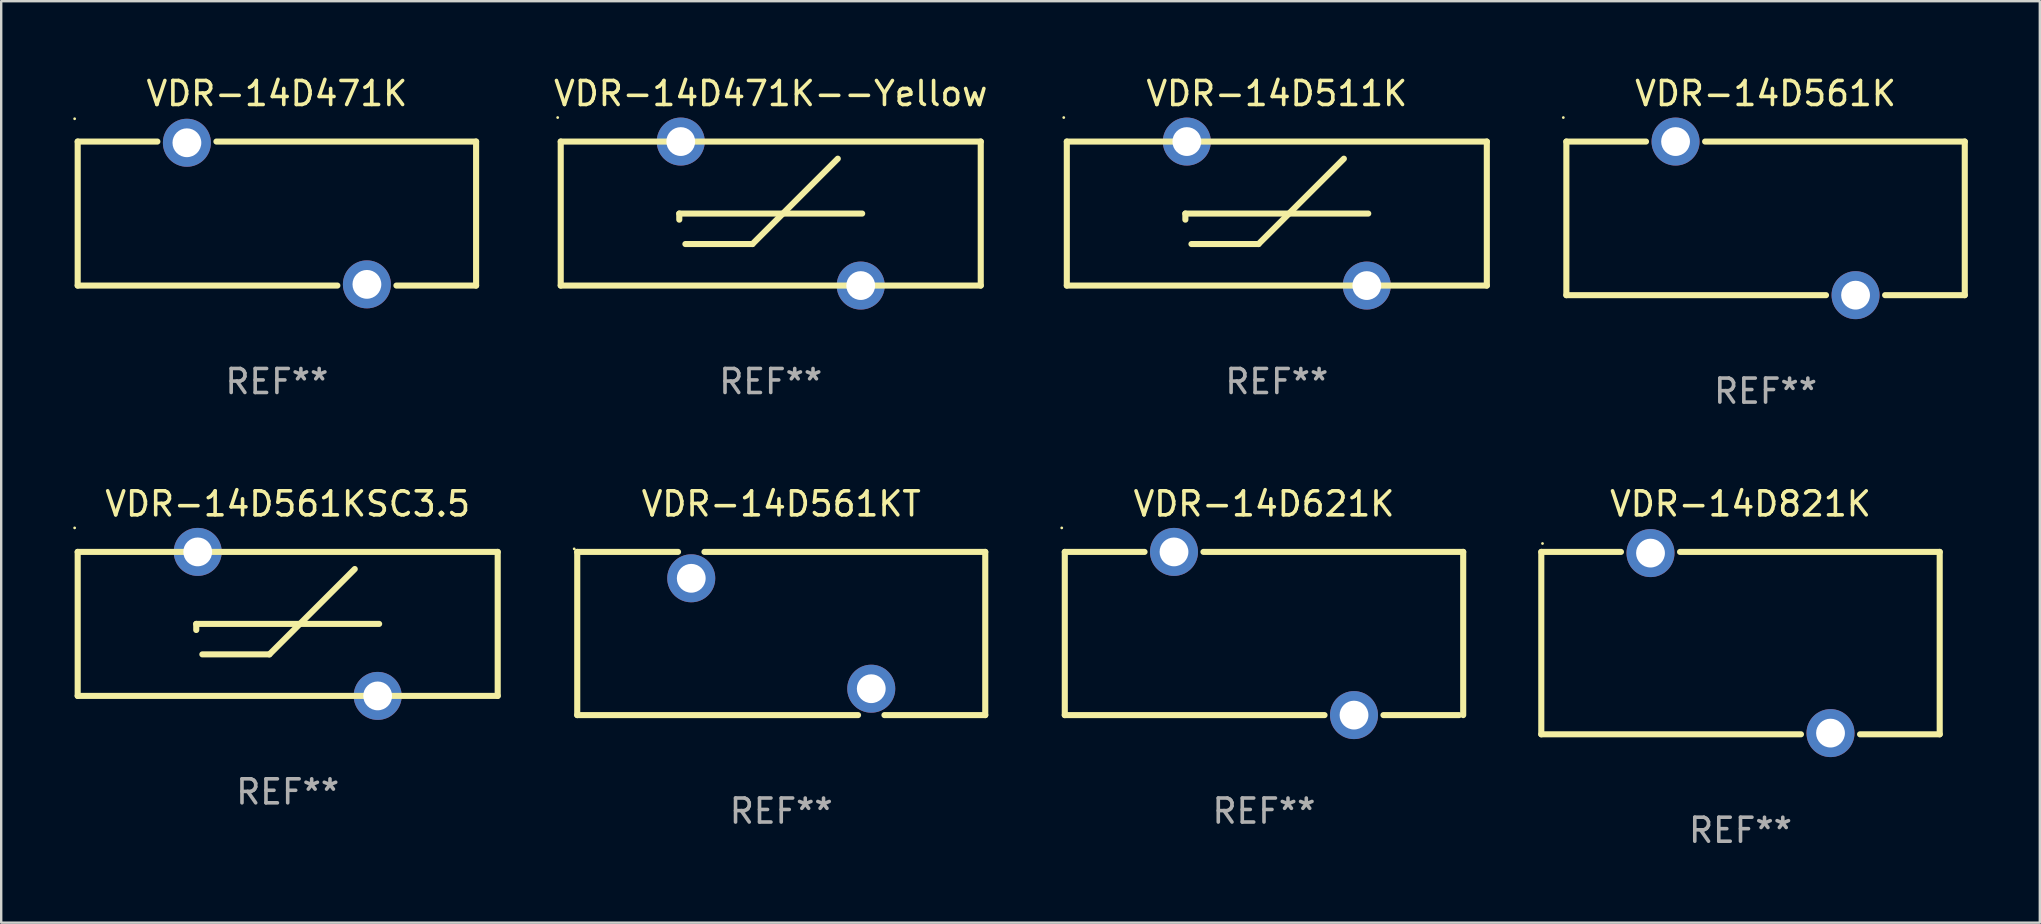
<source format=kicad_pcb>
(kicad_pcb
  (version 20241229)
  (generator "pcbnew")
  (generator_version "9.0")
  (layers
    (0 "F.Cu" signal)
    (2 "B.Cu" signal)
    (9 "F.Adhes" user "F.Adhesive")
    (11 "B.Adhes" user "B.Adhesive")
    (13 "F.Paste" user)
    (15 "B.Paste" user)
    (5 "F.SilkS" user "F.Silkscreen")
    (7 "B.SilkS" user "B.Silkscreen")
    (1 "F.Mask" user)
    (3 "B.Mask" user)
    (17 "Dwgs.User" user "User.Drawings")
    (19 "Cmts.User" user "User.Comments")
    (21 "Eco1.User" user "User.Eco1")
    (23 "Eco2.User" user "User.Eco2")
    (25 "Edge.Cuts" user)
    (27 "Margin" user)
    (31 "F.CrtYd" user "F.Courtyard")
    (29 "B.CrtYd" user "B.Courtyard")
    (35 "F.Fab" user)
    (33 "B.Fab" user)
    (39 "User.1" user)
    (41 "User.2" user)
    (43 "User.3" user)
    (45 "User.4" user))
  (footprint "VDR-14D821K"
    (layer "F.Cu")
    (at 69.469 23.745)
    (property "Reference" "VDR-14D821K" (at 0 -5.8 0) (layer "F.SilkS") (effects (font (size 1 1) (thickness 0.15))))
    (attr through_hole)
    (fp_line (start -8.3 -3.8) (end -8.3 3.8) (stroke (width 0.254) (type solid)) (layer "F.SilkS"))
    (fp_line (start -8.3 -3.8) (end -4.981 -3.8) (stroke (width 0.254) (type solid)) (layer "F.SilkS"))
    (fp_line (start -8.3 3.8) (end 2.519 3.8) (stroke (width 0.254) (type solid)) (layer "F.SilkS"))
    (fp_line (start -2.519 -3.8) (end 8.3 -3.8) (stroke (width 0.254) (type solid)) (layer "F.SilkS"))
    (fp_line (start 4.981 3.8) (end 8.3 3.8) (stroke (width 0.254) (type solid)) (layer "F.SilkS"))
    (fp_line (start 8.3 -3.8) (end 8.3 3.8) (stroke (width 0.254) (type solid)) (layer "F.SilkS"))
    (fp_circle (center -8.25 -4.15) (end -8.22 -4.15) (stroke (width 0.06) (type solid)) (fill no) (layer "F.SilkS"))
    (fp_text user "REF**" (at 0 7.8 0) (layer "F.Fab") (effects (font (size 1 1) (thickness 0.15))))
    (pad "1" thru_hole circle (at -3.75 -3.75) (size 2 2) (drill 1.2) (layers "*.Cu" "*.Mask"))
    (pad "2" thru_hole circle (at 3.75 3.75) (size 2 2) (drill 1.2) (layers "*.Cu" "*.Mask")))
  (footprint "VDR-14D561K"
    (layer "F.Cu")
    (at 70.513 6.048)
    (property "Reference" "VDR-14D561K" (at 0 -5.2 0) (layer "F.SilkS") (effects (font (size 1 1) (thickness 0.15))))
    (attr through_hole)
    (fp_line (start -8.3 -3.2) (end -8.3 3.2) (stroke (width 0.254) (type solid)) (layer "F.SilkS"))
    (fp_line (start -8.3 -3.2) (end -4.981 -3.2) (stroke (width 0.254) (type solid)) (layer "F.SilkS"))
    (fp_line (start -8.3 3.2) (end 2.519 3.2) (stroke (width 0.254) (type solid)) (layer "F.SilkS"))
    (fp_line (start -2.519 -3.2) (end 8.3 -3.2) (stroke (width 0.254) (type solid)) (layer "F.SilkS"))
    (fp_line (start 4.981 3.2) (end 8.3 3.2) (stroke (width 0.254) (type solid)) (layer "F.SilkS"))
    (fp_line (start 8.3 -3.2) (end 8.3 3.2) (stroke (width 0.254) (type solid)) (layer "F.SilkS"))
    (fp_circle (center -8.427 -4.2) (end -8.397 -4.2) (stroke (width 0.06) (type solid)) (fill no) (layer "F.SilkS"))
    (fp_text user "REF**" (at 0 7.2 0) (layer "F.Fab") (effects (font (size 1 1) (thickness 0.15))))
    (pad "1" thru_hole circle (at -3.75 -3.2) (size 2 2) (drill 1.2) (layers "*.Cu" "*.Mask"))
    (pad "2" thru_hole circle (at 3.75 3.2) (size 2 2) (drill 1.2) (layers "*.Cu" "*.Mask")))
  (footprint "VDR-14D561KT"
    (layer "F.Cu")
    (at 29.501 23.345)
    (property "Reference" "VDR-14D561KT" (at 0 -5.4 0) (layer "F.SilkS") (effects (font (size 1 1) (thickness 0.15))))
    (attr through_hole)
    (fp_line (start -8.5 -3.4) (end -8.5 3.4) (stroke (width 0.254) (type solid)) (layer "F.SilkS"))
    (fp_line (start -8.5 -3.4) (end -4.3 -3.4) (stroke (width 0.254) (type solid)) (layer "F.SilkS"))
    (fp_line (start -8.5 3.4) (end 3.2 3.4) (stroke (width 0.254) (type solid)) (layer "F.SilkS"))
    (fp_line (start -3.2 -3.4) (end 8.5 -3.4) (stroke (width 0.254) (type solid)) (layer "F.SilkS"))
    (fp_line (start 4.3 3.4) (end 8.5 3.4) (stroke (width 0.254) (type solid)) (layer "F.SilkS"))
    (fp_line (start 8.5 -3.4) (end 8.5 3.4) (stroke (width 0.254) (type solid)) (layer "F.SilkS"))
    (fp_circle (center -8.627 -3.527) (end -8.597 -3.527) (stroke (width 0.06) (type solid)) (fill no) (layer "F.SilkS"))
    (fp_text user "REF**" (at 0 7.4 0) (layer "F.Fab") (effects (font (size 1 1) (thickness 0.15))))
    (pad "1" thru_hole circle (at -3.75 -2.3) (size 2 2) (drill 1.2) (layers "*.Cu" "*.Mask"))
    (pad "2" thru_hole circle (at 3.75 2.3) (size 2 2) (drill 1.2) (layers "*.Cu" "*.Mask")))
  (footprint "VDR-14D621K"
    (layer "F.Cu")
    (at 49.615 23.345)
    (property "Reference" "VDR-14D621K" (at 0 -5.4 0) (layer "F.SilkS") (effects (font (size 1 1) (thickness 0.15))))
    (attr through_hole)
    (fp_line (start -8.3 -3.4) (end -8.3 3.4) (stroke (width 0.254) (type solid)) (layer "F.SilkS"))
    (fp_line (start -8.3 -3.4) (end -4.977 -3.4) (stroke (width 0.254) (type solid)) (layer "F.SilkS"))
    (fp_line (start -8.3 3.4) (end 2.523 3.4) (stroke (width 0.254) (type solid)) (layer "F.SilkS"))
    (fp_line (start -2.523 -3.4) (end 8.3 -3.4) (stroke (width 0.254) (type solid)) (layer "F.SilkS"))
    (fp_line (start 4.977 3.4) (end 8.128 3.4) (stroke (width 0.254) (type solid)) (layer "F.SilkS"))
    (fp_line (start 8.3 -3.4) (end 8.3 3.4) (stroke (width 0.254) (type solid)) (layer "F.SilkS"))
    (fp_circle (center -8.427 -4.4) (end -8.397 -4.4) (stroke (width 0.06) (type solid)) (fill no) (layer "F.SilkS"))
    (fp_text user "REF**" (at 0 7.4 0) (layer "F.Fab") (effects (font (size 1 1) (thickness 0.15))))
    (pad "1" thru_hole circle (at -3.75 -3.4) (size 2 2) (drill 1.2) (layers "*.Cu" "*.Mask"))
    (pad "2" thru_hole circle (at 3.75 3.4) (size 2 2) (drill 1.2) (layers "*.Cu" "*.Mask")))
  (footprint "VDR-14D561KSC3.5"
    (layer "F.Cu")
    (at 8.937 22.945)
    (property "Reference" "VDR-14D561KSC3.5" (at 0 -5 0) (layer "F.SilkS") (effects (font (size 1 1) (thickness 0.15))))
    (attr through_hole)
    (fp_line (start -8.75 -3) (end -8.75 3) (stroke (width 0.254) (type solid)) (layer "F.SilkS"))
    (fp_line (start -8.75 -3) (end 8.75 -3) (stroke (width 0.254) (type solid)) (layer "F.SilkS"))
    (fp_line (start -3.81 0) (end 3.81 0) (stroke (width 0.254) (type solid)) (layer "F.SilkS"))
    (fp_line (start -3.81 0.254) (end -3.81 0) (stroke (width 0.254) (type solid)) (layer "F.SilkS"))
    (fp_line (start -3.556 1.27) (end -0.762 1.27) (stroke (width 0.254) (type solid)) (layer "F.SilkS"))
    (fp_line (start -0.762 1.27) (end 2.794 -2.286) (stroke (width 0.254) (type solid)) (layer "F.SilkS"))
    (fp_line (start 8.75 3) (end -8.75 3) (stroke (width 0.254) (type solid)) (layer "F.SilkS"))
    (fp_line (start 8.75 3) (end 8.75 -3) (stroke (width 0.254) (type solid)) (layer "F.SilkS"))
    (fp_circle (center -8.877 -4) (end -8.847 -4) (stroke (width 0.06) (type solid)) (fill no) (layer "F.SilkS"))
    (fp_text user "REF**" (at 0 7 0) (layer "F.Fab") (effects (font (size 1 1) (thickness 0.15))))
    (pad "1" thru_hole circle (at -3.749 -3) (size 2 2) (drill 1.2) (layers "*.Cu" "*.Mask"))
    (pad "2" thru_hole circle (at 3.749 3) (size 2 2) (drill 1.2) (layers "*.Cu" "*.Mask")))
  (footprint "VDR-14D471K--Yellow"
    (layer "F.Cu")
    (at 29.063 5.848)
    (property "Reference" "VDR-14D471K--Yellow" (at 0 -5 0) (layer "F.SilkS") (effects (font (size 1 1) (thickness 0.15))))
    (attr through_hole)
    (fp_line (start -8.75 -3) (end -8.75 3) (stroke (width 0.254) (type solid)) (layer "F.SilkS"))
    (fp_line (start -8.75 -3) (end 8.75 -3) (stroke (width 0.254) (type solid)) (layer "F.SilkS"))
    (fp_line (start -3.81 0) (end 3.81 0) (stroke (width 0.254) (type solid)) (layer "F.SilkS"))
    (fp_line (start -3.81 0.254) (end -3.81 0) (stroke (width 0.254) (type solid)) (layer "F.SilkS"))
    (fp_line (start -3.556 1.27) (end -0.762 1.27) (stroke (width 0.254) (type solid)) (layer "F.SilkS"))
    (fp_line (start -0.762 1.27) (end 2.794 -2.286) (stroke (width 0.254) (type solid)) (layer "F.SilkS"))
    (fp_line (start 8.75 3) (end -8.75 3) (stroke (width 0.254) (type solid)) (layer "F.SilkS"))
    (fp_line (start 8.75 3) (end 8.75 -3) (stroke (width 0.254) (type solid)) (layer "F.SilkS"))
    (fp_circle (center -8.877 -4) (end -8.847 -4) (stroke (width 0.06) (type solid)) (fill no) (layer "F.SilkS"))
    (fp_text user "REF**" (at 0 7 0) (layer "F.Fab") (effects (font (size 1 1) (thickness 0.15))))
    (pad "1" thru_hole circle (at -3.749 -3) (size 2 2) (drill 1.2) (layers "*.Cu" "*.Mask"))
    (pad "2" thru_hole circle (at 3.749 3) (size 2 2) (drill 1.2) (layers "*.Cu" "*.Mask")))
  (footprint "VDR-14D511K"
    (layer "F.Cu")
    (at 50.149 5.848)
    (property "Reference" "VDR-14D511K" (at 0 -5 0) (layer "F.SilkS") (effects (font (size 1 1) (thickness 0.15))))
    (attr through_hole)
    (fp_line (start -8.75 -3) (end -8.75 3) (stroke (width 0.254) (type solid)) (layer "F.SilkS"))
    (fp_line (start -8.75 -3) (end 8.75 -3) (stroke (width 0.254) (type solid)) (layer "F.SilkS"))
    (fp_line (start -3.81 0) (end 3.81 0) (stroke (width 0.254) (type solid)) (layer "F.SilkS"))
    (fp_line (start -3.81 0.254) (end -3.81 0) (stroke (width 0.254) (type solid)) (layer "F.SilkS"))
    (fp_line (start -3.556 1.27) (end -0.762 1.27) (stroke (width 0.254) (type solid)) (layer "F.SilkS"))
    (fp_line (start -0.762 1.27) (end 2.794 -2.286) (stroke (width 0.254) (type solid)) (layer "F.SilkS"))
    (fp_line (start 8.75 3) (end -8.75 3) (stroke (width 0.254) (type solid)) (layer "F.SilkS"))
    (fp_line (start 8.75 3) (end 8.75 -3) (stroke (width 0.254) (type solid)) (layer "F.SilkS"))
    (fp_circle (center -8.877 -4) (end -8.847 -4) (stroke (width 0.06) (type solid)) (fill no) (layer "F.SilkS"))
    (fp_text user "REF**" (at 0 7 0) (layer "F.Fab") (effects (font (size 1 1) (thickness 0.15))))
    (pad "1" thru_hole circle (at -3.749 -3) (size 2 2) (drill 1.2) (layers "*.Cu" "*.Mask"))
    (pad "2" thru_hole circle (at 3.749 3) (size 2 2) (drill 1.2) (layers "*.Cu" "*.Mask")))
  (footprint "VDR-14D471K"
    (layer "F.Cu")
    (at 8.487 5.848)
    (property "Reference" "VDR-14D471K" (at 0 -5 0) (layer "F.SilkS") (effects (font (size 1 1) (thickness 0.15))))
    (attr through_hole)
    (fp_line (start -8.3 -3) (end -8.3 3) (stroke (width 0.254) (type solid)) (layer "F.SilkS"))
    (fp_line (start -8.3 -3) (end -4.98 -3) (stroke (width 0.254) (type solid)) (layer "F.SilkS"))
    (fp_line (start -8.3 3) (end 2.52 3) (stroke (width 0.254) (type solid)) (layer "F.SilkS"))
    (fp_line (start -2.52 -3) (end 8.3 -3) (stroke (width 0.254) (type solid)) (layer "F.SilkS"))
    (fp_line (start 4.98 3) (end 8.3 3) (stroke (width 0.254) (type solid)) (layer "F.SilkS"))
    (fp_line (start 8.3 -3) (end 8.3 3) (stroke (width 0.254) (type solid)) (layer "F.SilkS"))
    (fp_circle (center -8.427 -3.95) (end -8.397 -3.95) (stroke (width 0.06) (type solid)) (fill no) (layer "F.SilkS"))
    (fp_text user "REF**" (at 0 7 0) (layer "F.Fab") (effects (font (size 1 1) (thickness 0.15))))
    (pad "1" thru_hole circle (at -3.75 -2.95) (size 2 2) (drill 1.2) (layers "*.Cu" "*.Mask"))
    (pad "2" thru_hole circle (at 3.75 2.95) (size 2 2) (drill 1.2) (layers "*.Cu" "*.Mask")))
  (gr_rect
    (start -3 -3)
    (end 81.94 35.393)
    (stroke (width 0.1) (type default))
    (fill no)
    (layer "Edge.Cuts")))
</source>
